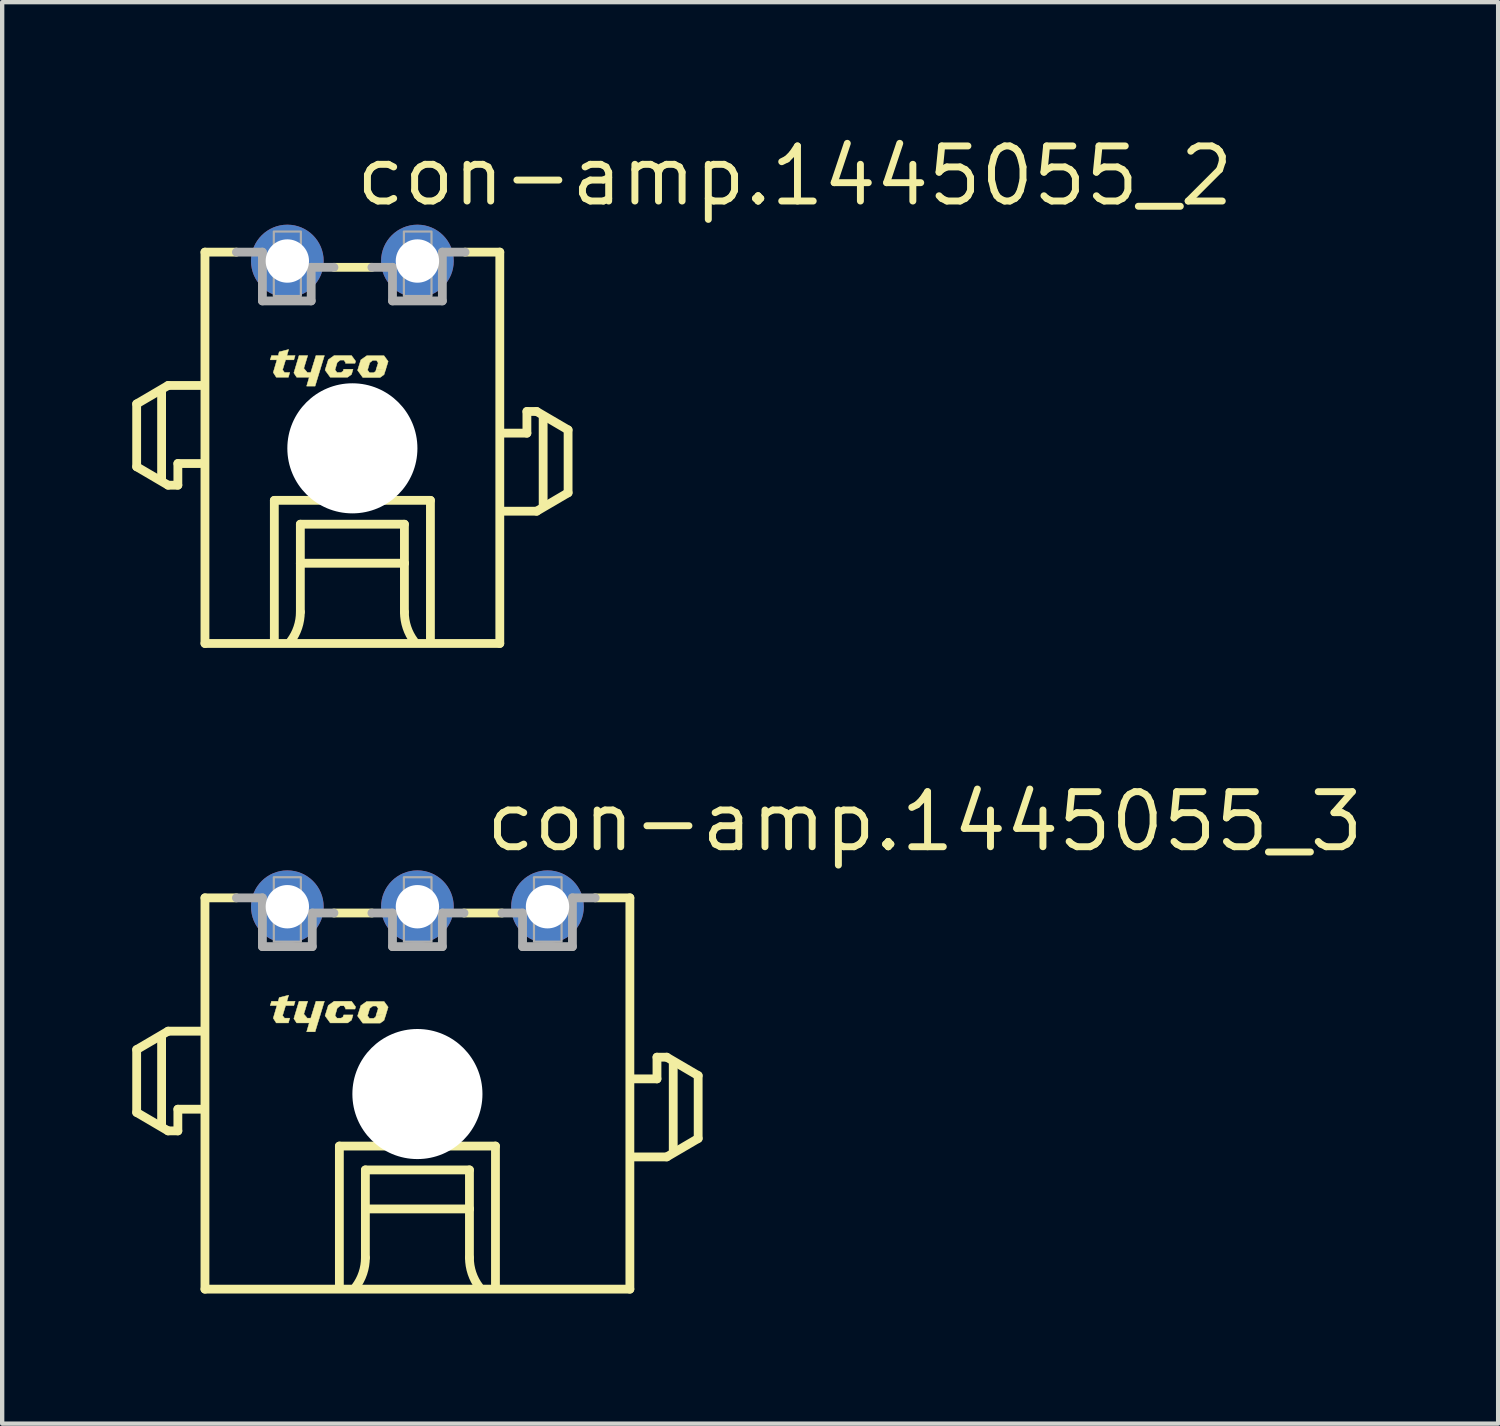
<source format=kicad_pcb>
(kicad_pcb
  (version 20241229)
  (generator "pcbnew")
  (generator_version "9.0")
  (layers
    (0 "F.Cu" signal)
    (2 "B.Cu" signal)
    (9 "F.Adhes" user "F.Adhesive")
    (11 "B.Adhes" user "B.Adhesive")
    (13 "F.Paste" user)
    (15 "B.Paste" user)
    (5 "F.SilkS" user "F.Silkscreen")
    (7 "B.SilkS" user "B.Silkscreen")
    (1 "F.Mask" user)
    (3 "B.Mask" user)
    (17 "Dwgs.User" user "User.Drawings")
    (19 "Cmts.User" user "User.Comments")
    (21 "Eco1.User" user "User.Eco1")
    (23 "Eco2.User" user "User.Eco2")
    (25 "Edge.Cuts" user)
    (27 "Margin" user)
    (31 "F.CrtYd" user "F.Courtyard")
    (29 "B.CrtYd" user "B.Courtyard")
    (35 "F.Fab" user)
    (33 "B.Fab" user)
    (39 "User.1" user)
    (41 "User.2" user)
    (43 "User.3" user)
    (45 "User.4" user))
  (footprint "con-amp.1445055_3"
    (layer "F.Cu")
    (at 6.577 22.182)
    (property "Reference" "con-amp.1445055_3" (at 1.5 -5.54 0) (layer "F.SilkS") (effects (font (size 1.27 1.27) (thickness 0.16)) (justify left bottom)))
    (attr through_hole)
    (fp_line (start -6.475 -1.025) (end -6.475 0.425) (stroke (width 0.203) (type default)) (layer "F.SilkS"))
    (fp_line (start -6.475 0.425) (end -5.75 0.85) (stroke (width 0.203) (type default)) (layer "F.SilkS"))
    (fp_line (start -5.9 0.7) (end -5.9 -1.3) (stroke (width 0.203) (type default)) (layer "F.SilkS"))
    (fp_line (start -5.75 -1.45) (end -6.475 -1.025) (stroke (width 0.203) (type default)) (layer "F.SilkS"))
    (fp_line (start -5.75 0.85) (end -5.525 0.85) (stroke (width 0.203) (type default)) (layer "F.SilkS"))
    (fp_line (start -5.525 0.35) (end -5 0.35) (stroke (width 0.203) (type default)) (layer "F.SilkS"))
    (fp_line (start -5.525 0.85) (end -5.525 0.35) (stroke (width 0.203) (type default)) (layer "F.SilkS"))
    (fp_line (start -5 -1.45) (end -5.75 -1.45) (stroke (width 0.203) (type default)) (layer "F.SilkS"))
    (fp_line (start -4.9 -4.525) (end -4.9 4.5) (stroke (width 0.203) (type default)) (layer "F.SilkS"))
    (fp_line (start -4.9 -4.525) (end -4.175 -4.525) (stroke (width 0.203) (type default)) (layer "F.SilkS"))
    (fp_line (start -4.9 4.5) (end 4.9 4.5) (stroke (width 0.203) (type default)) (layer "F.SilkS"))
    (fp_line (start -1.8 1.2) (end 1.8 1.2) (stroke (width 0.203) (type default)) (layer "F.SilkS"))
    (fp_line (start -1.8 4.4) (end -1.8 1.2) (stroke (width 0.203) (type default)) (layer "F.SilkS"))
    (fp_line (start -1.2 1.75) (end -1.2 2.65) (stroke (width 0.203) (type default)) (layer "F.SilkS"))
    (fp_line (start -1.2 2.65) (end -1.2 3.775) (stroke (width 0.203) (type default)) (layer "F.SilkS"))
    (fp_line (start -1.2 2.65) (end 1.2 2.65) (stroke (width 0.203) (type default)) (layer "F.SilkS"))
    (fp_line (start -1.05 -4.175) (end -1.925 -4.175) (stroke (width 0.203) (type default)) (layer "F.SilkS"))
    (fp_line (start 1.2 1.75) (end -1.2 1.75) (stroke (width 0.203) (type default)) (layer "F.SilkS"))
    (fp_line (start 1.2 2.65) (end 1.2 1.75) (stroke (width 0.203) (type default)) (layer "F.SilkS"))
    (fp_line (start 1.2 2.65) (end 1.2 3.775) (stroke (width 0.203) (type default)) (layer "F.SilkS"))
    (fp_line (start 1.8 1.2) (end 1.8 4.4) (stroke (width 0.203) (type default)) (layer "F.SilkS"))
    (fp_line (start 1.95 -4.175) (end 1.075 -4.175) (stroke (width 0.203) (type default)) (layer "F.SilkS"))
    (fp_line (start 4.9 -4.525) (end 4.1 -4.525) (stroke (width 0.203) (type default)) (layer "F.SilkS"))
    (fp_line (start 4.9 4.5) (end 4.9 -4.525) (stroke (width 0.203) (type default)) (layer "F.SilkS"))
    (fp_line (start 5 1.45) (end 5.75 1.45) (stroke (width 0.203) (type default)) (layer "F.SilkS"))
    (fp_line (start 5.525 -0.85) (end 5.525 -0.35) (stroke (width 0.203) (type default)) (layer "F.SilkS"))
    (fp_line (start 5.525 -0.35) (end 5 -0.35) (stroke (width 0.203) (type default)) (layer "F.SilkS"))
    (fp_line (start 5.75 -0.85) (end 5.525 -0.85) (stroke (width 0.203) (type default)) (layer "F.SilkS"))
    (fp_line (start 5.75 1.45) (end 6.475 1.025) (stroke (width 0.203) (type default)) (layer "F.SilkS"))
    (fp_line (start 5.9 1.3) (end 5.9 -0.7) (stroke (width 0.203) (type default)) (layer "F.SilkS"))
    (fp_line (start 6.475 -0.425) (end 5.75 -0.85) (stroke (width 0.203) (type default)) (layer "F.SilkS"))
    (fp_line (start 6.475 1.025) (end 6.475 -0.425) (stroke (width 0.203) (type default)) (layer "F.SilkS"))
    (fp_arc (start -1.2 3.775) (mid -1.257731 4.130756) (end -1.425 4.45) (stroke (width 0.2032) (type default)) (layer "F.SilkS"))
    (fp_arc (start 1.425 4.45) (mid 1.257731 4.130756) (end 1.2 3.775) (stroke (width 0.2032) (type default)) (layer "F.SilkS"))
    (fp_poly (pts (xy -2.73 -2.14) (xy -2.53 -2.14) (xy -2.62 -1.845) (xy -2.54 -1.75) (xy -2.46 -1.75) (xy -2.34 -2.14) (xy -2.145 -2.14) (xy -2.36 -1.435) (xy -2.555 -1.435) (xy -2.495 -1.64) (xy -2.785 -1.64) (xy -2.85 -1.74)) (stroke (width 0.01) (type default)) (fill yes) (layer "F.SilkS"))
    (fp_poly (pts (xy -3.365 -2.14) (xy -3.21 -2.14) (xy -3.188 -2.225) (xy -2.97 -2.28) (xy -3.01 -2.14) (xy -2.82 -2.14) (xy -2.85 -2.04) (xy -3.04 -2.04) (xy -3.11 -1.81) (xy -3.065 -1.75) (xy -2.945 -1.75) (xy -2.975 -1.64) (xy -3.255 -1.64) (xy -3.325 -1.75) (xy -3.24 -2.04) (xy -3.395 -2.04)) (stroke (width 0.01) (type default)) (fill yes) (layer "F.SilkS"))
    (fp_poly (pts (xy -1.66 -1.96) (xy -1.44 -1.96) (xy -1.425 -2.01) (xy -1.52 -2.14) (xy -1.92 -2.14) (xy -2.055 -2.045) (xy -2.13 -1.805) (xy -2.01 -1.64) (xy -1.61 -1.64) (xy -1.52 -1.705) (xy -1.485 -1.825) (xy -1.7 -1.825) (xy -1.715 -1.78) (xy -1.76 -1.75) (xy -1.855 -1.75) (xy -1.9 -1.81) (xy -1.85 -1.98) (xy -1.78 -2.035) (xy -1.695 -2.035) (xy -1.655 -1.975)) (stroke (width 0.01) (type default)) (fill yes) (layer "F.SilkS"))
    (fp_poly (pts (xy -0.95 -1.825) (xy -0.73 -1.825) (xy -0.675 -2.005) (xy -0.77 -2.135) (xy -1.17 -2.135) (xy -1.305 -2.04) (xy -1.38 -1.8) (xy -1.26 -1.635) (xy -0.86 -1.635) (xy -0.77 -1.7) (xy -0.73 -1.825) (xy -0.95 -1.82) (xy -0.965 -1.775) (xy -1.01 -1.745) (xy -1.105 -1.745) (xy -1.15 -1.805) (xy -1.1 -1.975) (xy -1.03 -2.03) (xy -0.945 -2.03) (xy -0.905 -1.97)) (stroke (width 0.01) (type default)) (fill yes) (layer "F.SilkS"))
    (fp_line (start -3.575 -4.525) (end -4.175 -4.525) (stroke (width 0.203) (type default)) (layer "F.Fab"))
    (fp_line (start -3.575 -3.4) (end -3.575 -4.525) (stroke (width 0.203) (type default)) (layer "F.Fab"))
    (fp_line (start -2.425 -4.175) (end -2.425 -3.4) (stroke (width 0.203) (type default)) (layer "F.Fab"))
    (fp_line (start -2.425 -3.4) (end -3.575 -3.4) (stroke (width 0.203) (type default)) (layer "F.Fab"))
    (fp_line (start -1.925 -4.175) (end -2.425 -4.175) (stroke (width 0.203) (type default)) (layer "F.Fab"))
    (fp_line (start -0.575 -4.175) (end -1.05 -4.175) (stroke (width 0.203) (type default)) (layer "F.Fab"))
    (fp_line (start -0.575 -3.4) (end -0.575 -4.175) (stroke (width 0.203) (type default)) (layer "F.Fab"))
    (fp_line (start 0.575 -4.175) (end 0.575 -3.4) (stroke (width 0.203) (type default)) (layer "F.Fab"))
    (fp_line (start 0.575 -3.4) (end -0.575 -3.4) (stroke (width 0.203) (type default)) (layer "F.Fab"))
    (fp_line (start 1.075 -4.175) (end 0.575 -4.175) (stroke (width 0.203) (type default)) (layer "F.Fab"))
    (fp_line (start 2.425 -4.175) (end 1.95 -4.175) (stroke (width 0.203) (type default)) (layer "F.Fab"))
    (fp_line (start 2.425 -3.4) (end 2.425 -4.175) (stroke (width 0.203) (type default)) (layer "F.Fab"))
    (fp_line (start 3.575 -4.525) (end 3.575 -3.4) (stroke (width 0.203) (type default)) (layer "F.Fab"))
    (fp_line (start 3.575 -3.4) (end 2.425 -3.4) (stroke (width 0.203) (type default)) (layer "F.Fab"))
    (fp_line (start 4.1 -4.525) (end 3.575 -4.525) (stroke (width 0.203) (type default)) (layer "F.Fab"))
    (fp_rect (start -3.312 -3.513) (end -2.688 -5) (stroke (width 0.05) (type default)) (fill no) (layer "F.Fab"))
    (fp_rect (start -0.312 -3.513) (end 0.325 -5) (stroke (width 0.05) (type default)) (fill no) (layer "F.Fab"))
    (fp_rect (start 2.688 -3.513) (end 3.325 -5) (stroke (width 0.05) (type default)) (fill no) (layer "F.Fab"))
    (pad "" np_thru_hole circle (at 0 0) (size 3 3) (drill 3) (layers "*.Cu" "*.Mask"))
    (pad "1" thru_hole circle (at 3 -4.32) (size 1.676 1.676) (drill 1) (layers "*.Cu" "*.Mask"))
    (pad "2" thru_hole circle (at 0 -4.32) (size 1.676 1.676) (drill 1) (layers "*.Cu" "*.Mask"))
    (pad "3" thru_hole circle (at -3 -4.32) (size 1.676 1.676) (drill 1) (layers "*.Cu" "*.Mask")))
  (footprint "con-amp.1445055_2"
    (layer "F.Cu")
    (at 5.077 7.29)
    (property "Reference" "con-amp.1445055_2" (at 0 -5.54 0) (layer "F.SilkS") (effects (font (size 1.27 1.27) (thickness 0.16)) (justify left bottom)))
    (attr through_hole)
    (fp_line (start -4.975 -1.025) (end -4.975 0.425) (stroke (width 0.203) (type default)) (layer "F.SilkS"))
    (fp_line (start -4.975 0.425) (end -4.25 0.85) (stroke (width 0.203) (type default)) (layer "F.SilkS"))
    (fp_line (start -4.4 0.7) (end -4.4 -1.3) (stroke (width 0.203) (type default)) (layer "F.SilkS"))
    (fp_line (start -4.25 -1.45) (end -4.975 -1.025) (stroke (width 0.203) (type default)) (layer "F.SilkS"))
    (fp_line (start -4.25 0.85) (end -4.025 0.85) (stroke (width 0.203) (type default)) (layer "F.SilkS"))
    (fp_line (start -4.025 0.35) (end -3.5 0.35) (stroke (width 0.203) (type default)) (layer "F.SilkS"))
    (fp_line (start -4.025 0.85) (end -4.025 0.35) (stroke (width 0.203) (type default)) (layer "F.SilkS"))
    (fp_line (start -3.5 -1.45) (end -4.25 -1.45) (stroke (width 0.203) (type default)) (layer "F.SilkS"))
    (fp_line (start -3.4 -4.525) (end -3.4 4.5) (stroke (width 0.203) (type default)) (layer "F.SilkS"))
    (fp_line (start -3.4 -4.525) (end -2.675 -4.525) (stroke (width 0.203) (type default)) (layer "F.SilkS"))
    (fp_line (start -3.4 4.5) (end 3.4 4.5) (stroke (width 0.203) (type default)) (layer "F.SilkS"))
    (fp_line (start -1.8 1.2) (end 1.8 1.2) (stroke (width 0.203) (type default)) (layer "F.SilkS"))
    (fp_line (start -1.8 4.4) (end -1.8 1.2) (stroke (width 0.203) (type default)) (layer "F.SilkS"))
    (fp_line (start -1.2 1.75) (end -1.2 2.65) (stroke (width 0.203) (type default)) (layer "F.SilkS"))
    (fp_line (start -1.2 2.65) (end -1.2 3.775) (stroke (width 0.203) (type default)) (layer "F.SilkS"))
    (fp_line (start -1.2 2.65) (end 1.2 2.65) (stroke (width 0.203) (type default)) (layer "F.SilkS"))
    (fp_line (start 0.45 -4.175) (end -0.425 -4.175) (stroke (width 0.203) (type default)) (layer "F.SilkS"))
    (fp_line (start 1.2 1.75) (end -1.2 1.75) (stroke (width 0.203) (type default)) (layer "F.SilkS"))
    (fp_line (start 1.2 2.65) (end 1.2 1.75) (stroke (width 0.203) (type default)) (layer "F.SilkS"))
    (fp_line (start 1.2 2.65) (end 1.2 3.775) (stroke (width 0.203) (type default)) (layer "F.SilkS"))
    (fp_line (start 1.8 1.2) (end 1.8 4.4) (stroke (width 0.203) (type default)) (layer "F.SilkS"))
    (fp_line (start 3.4 -4.525) (end 2.6 -4.525) (stroke (width 0.203) (type default)) (layer "F.SilkS"))
    (fp_line (start 3.4 4.5) (end 3.4 -4.525) (stroke (width 0.203) (type default)) (layer "F.SilkS"))
    (fp_line (start 3.5 1.45) (end 4.25 1.45) (stroke (width 0.203) (type default)) (layer "F.SilkS"))
    (fp_line (start 4.025 -0.85) (end 4.025 -0.35) (stroke (width 0.203) (type default)) (layer "F.SilkS"))
    (fp_line (start 4.025 -0.35) (end 3.5 -0.35) (stroke (width 0.203) (type default)) (layer "F.SilkS"))
    (fp_line (start 4.25 -0.85) (end 4.025 -0.85) (stroke (width 0.203) (type default)) (layer "F.SilkS"))
    (fp_line (start 4.25 1.45) (end 4.975 1.025) (stroke (width 0.203) (type default)) (layer "F.SilkS"))
    (fp_line (start 4.4 1.3) (end 4.4 -0.7) (stroke (width 0.203) (type default)) (layer "F.SilkS"))
    (fp_line (start 4.975 -0.425) (end 4.25 -0.85) (stroke (width 0.203) (type default)) (layer "F.SilkS"))
    (fp_line (start 4.975 1.025) (end 4.975 -0.425) (stroke (width 0.203) (type default)) (layer "F.SilkS"))
    (fp_arc (start -1.2 3.775) (mid -1.257731 4.130756) (end -1.425 4.45) (stroke (width 0.2032) (type default)) (layer "F.SilkS"))
    (fp_arc (start 1.425 4.45) (mid 1.257731 4.130756) (end 1.2 3.775) (stroke (width 0.2032) (type default)) (layer "F.SilkS"))
    (fp_poly (pts (xy -1.23 -2.14) (xy -1.03 -2.14) (xy -1.12 -1.845) (xy -1.04 -1.75) (xy -0.96 -1.75) (xy -0.84 -2.14) (xy -0.645 -2.14) (xy -0.86 -1.435) (xy -1.055 -1.435) (xy -0.995 -1.64) (xy -1.18 -1.64) (xy -1.285 -1.64) (xy -1.35 -1.74)) (stroke (width 0.01) (type default)) (fill yes) (layer "F.SilkS"))
    (fp_poly (pts (xy -1.865 -2.14) (xy -1.71 -2.14) (xy -1.688 -2.225) (xy -1.47 -2.28) (xy -1.51 -2.14) (xy -1.32 -2.14) (xy -1.35 -2.04) (xy -1.54 -2.04) (xy -1.61 -1.81) (xy -1.565 -1.75) (xy -1.445 -1.75) (xy -1.475 -1.64) (xy -1.755 -1.64) (xy -1.825 -1.75) (xy -1.74 -2.04) (xy -1.895 -2.04)) (stroke (width 0.01) (type default)) (fill yes) (layer "F.SilkS"))
    (fp_poly (pts (xy -0.16 -1.96) (xy 0.06 -1.96) (xy 0.075 -2.01) (xy -0.02 -2.14) (xy -0.42 -2.14) (xy -0.555 -2.045) (xy -0.63 -1.805) (xy -0.51 -1.64) (xy -0.11 -1.64) (xy -0.02 -1.705) (xy 0.015 -1.825) (xy -0.2 -1.825) (xy -0.215 -1.78) (xy -0.26 -1.75) (xy -0.355 -1.75) (xy -0.4 -1.81) (xy -0.35 -1.98) (xy -0.28 -2.035) (xy -0.195 -2.035) (xy -0.155 -1.975)) (stroke (width 0.01) (type default)) (fill yes) (layer "F.SilkS"))
    (fp_poly (pts (xy 0.55 -1.825) (xy 0.77 -1.825) (xy 0.825 -2.005) (xy 0.73 -2.135) (xy 0.33 -2.135) (xy 0.195 -2.04) (xy 0.12 -1.8) (xy 0.24 -1.635) (xy 0.64 -1.635) (xy 0.73 -1.7) (xy 0.77 -1.825) (xy 0.55 -1.82) (xy 0.535 -1.775) (xy 0.49 -1.745) (xy 0.395 -1.745) (xy 0.35 -1.805) (xy 0.4 -1.975) (xy 0.47 -2.03) (xy 0.555 -2.03) (xy 0.595 -1.97)) (stroke (width 0.01) (type default)) (fill yes) (layer "F.SilkS"))
    (fp_line (start -2.075 -4.525) (end -2.675 -4.525) (stroke (width 0.203) (type default)) (layer "F.Fab"))
    (fp_line (start -2.075 -3.4) (end -2.075 -4.525) (stroke (width 0.203) (type default)) (layer "F.Fab"))
    (fp_line (start -0.95 -4.175) (end -0.95 -3.4) (stroke (width 0.203) (type default)) (layer "F.Fab"))
    (fp_line (start -0.95 -3.4) (end -2.075 -3.4) (stroke (width 0.203) (type default)) (layer "F.Fab"))
    (fp_line (start -0.425 -4.175) (end -0.95 -4.175) (stroke (width 0.203) (type default)) (layer "F.Fab"))
    (fp_line (start 0.925 -4.175) (end 0.45 -4.175) (stroke (width 0.203) (type default)) (layer "F.Fab"))
    (fp_line (start 0.925 -3.4) (end 0.925 -4.175) (stroke (width 0.203) (type default)) (layer "F.Fab"))
    (fp_line (start 2.075 -4.525) (end 2.075 -3.4) (stroke (width 0.203) (type default)) (layer "F.Fab"))
    (fp_line (start 2.075 -3.4) (end 0.925 -3.4) (stroke (width 0.203) (type default)) (layer "F.Fab"))
    (fp_line (start 2.6 -4.525) (end 2.075 -4.525) (stroke (width 0.203) (type default)) (layer "F.Fab"))
    (fp_rect (start -1.812 -3.513) (end -1.188 -5) (stroke (width 0.05) (type default)) (fill no) (layer "F.Fab"))
    (fp_rect (start 1.188 -3.513) (end 1.825 -5) (stroke (width 0.05) (type default)) (fill no) (layer "F.Fab"))
    (pad "" np_thru_hole circle (at 0 0) (size 3 3) (drill 3) (layers "*.Cu" "*.Mask"))
    (pad "1" thru_hole circle (at 1.5 -4.32) (size 1.676 1.676) (drill 1) (layers "*.Cu" "*.Mask"))
    (pad "2" thru_hole circle (at -1.5 -4.32) (size 1.676 1.676) (drill 1) (layers "*.Cu" "*.Mask")))
  (gr_rect
    (start -3 -3)
    (end 31.502 29.783)
    (stroke (width 0.1) (type default))
    (fill no)
    (layer "Edge.Cuts")))
</source>
